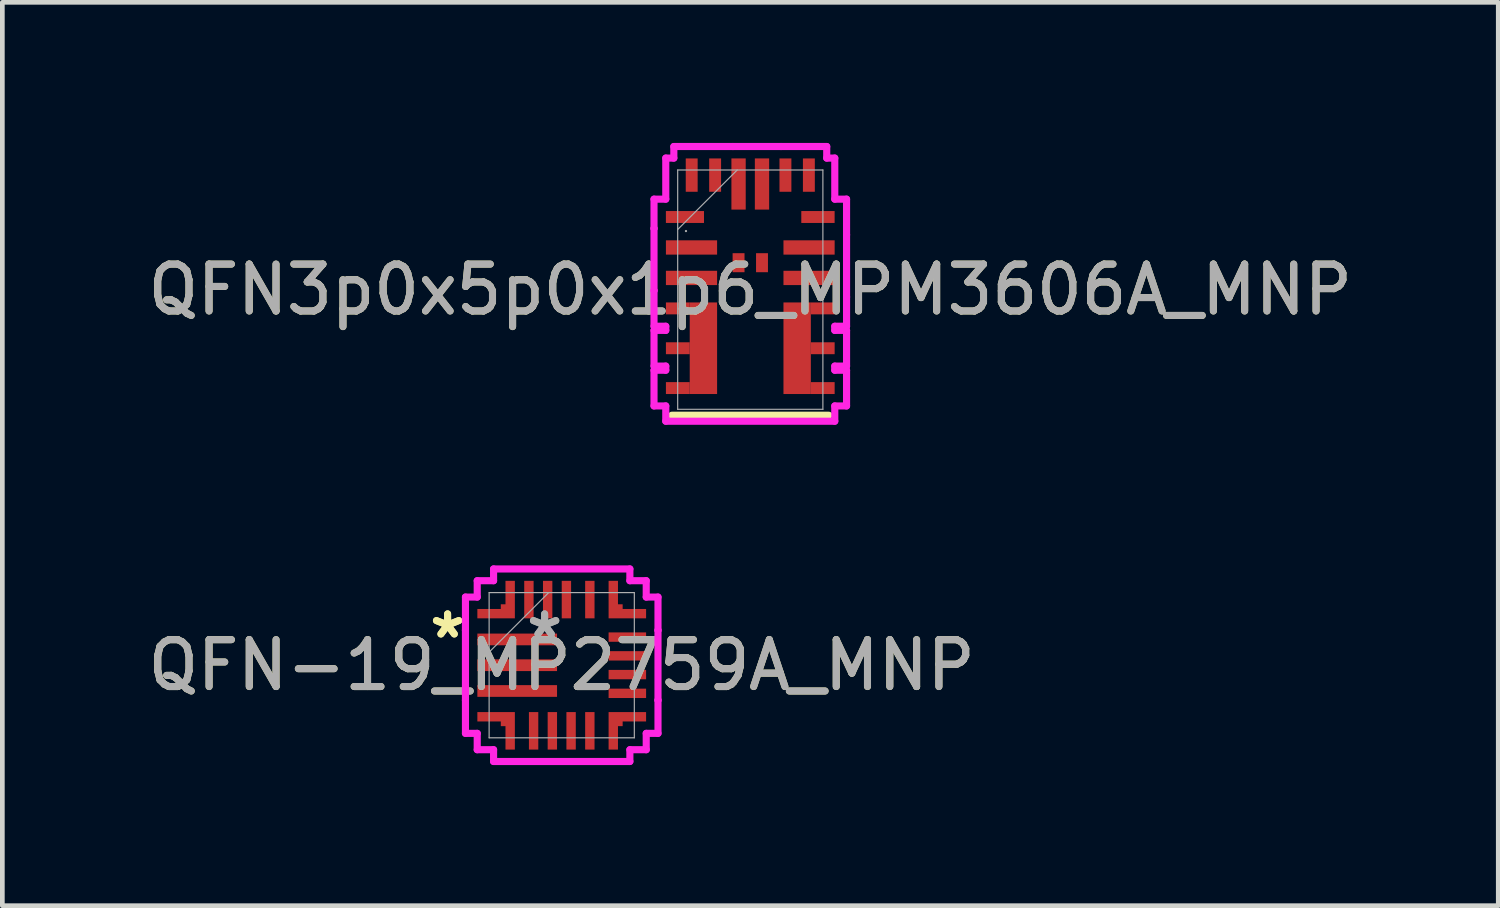
<source format=kicad_pcb>
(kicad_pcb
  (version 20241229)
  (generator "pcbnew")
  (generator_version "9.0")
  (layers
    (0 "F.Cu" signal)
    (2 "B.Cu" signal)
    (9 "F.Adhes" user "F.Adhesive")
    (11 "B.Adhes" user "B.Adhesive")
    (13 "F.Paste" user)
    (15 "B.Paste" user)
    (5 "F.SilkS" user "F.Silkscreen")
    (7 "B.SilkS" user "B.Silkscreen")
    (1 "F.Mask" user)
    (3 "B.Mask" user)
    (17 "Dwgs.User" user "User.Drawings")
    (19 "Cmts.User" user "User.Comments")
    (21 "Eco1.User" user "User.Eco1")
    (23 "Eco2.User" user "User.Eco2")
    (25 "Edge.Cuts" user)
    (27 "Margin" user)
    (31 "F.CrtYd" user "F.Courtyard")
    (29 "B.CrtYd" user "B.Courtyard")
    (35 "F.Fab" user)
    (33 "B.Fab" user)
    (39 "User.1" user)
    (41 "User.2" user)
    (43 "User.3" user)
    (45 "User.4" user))
  (footprint "QFN-19_MP2759A_MNP"
    (layer "F.Cu")
    (at 8.935 11.143)
    (property "Reference" "QFN-19_MP2759A_MNP" (at 0 0 0) (unlocked yes) (layer "F.SilkS") (effects (font (size 1 1) (thickness 0.15))))
    (attr smd)
    (fp_poly (pts (xy -1.8 -1) (xy -1.8 -1.2) (xy -1.3 -1.2) (xy -1.3 -1.3) (xy -1.2 -1.3) (xy -1.2 -1.8) (xy -1 -1.8) (xy -1 -1)) (stroke (width 0) (type solid)) (fill yes) (layer "F.Cu"))
    (fp_poly (pts (xy -1.8 1) (xy -1.8 1.2) (xy -1.3 1.2) (xy -1.3 1.3) (xy -1.2 1.3) (xy -1.2 1.8) (xy -1 1.8) (xy -1 1)) (stroke (width 0) (type solid)) (fill yes) (layer "F.Cu"))
    (fp_poly (pts (xy 1.8 -1) (xy 1.8 -1.2) (xy 1.3 -1.2) (xy 1.3 -1.3) (xy 1.2 -1.3) (xy 1.2 -1.8) (xy 1 -1.8) (xy 1 -1)) (stroke (width 0) (type solid)) (fill yes) (layer "F.Cu"))
    (fp_poly (pts (xy 1.8 1) (xy 1.8 1.2) (xy 1.3 1.2) (xy 1.3 1.3) (xy 1.2 1.3) (xy 1.2 1.8) (xy 1 1.8) (xy 1 1)) (stroke (width 0) (type solid)) (fill yes) (layer "F.Cu"))
    (fp_poly (pts (xy -1.8 -1) (xy -1.8 -1.2) (xy -1.3 -1.2) (xy -1.3 -1.3) (xy -1.2 -1.3) (xy -1.2 -1.8) (xy -1 -1.8) (xy -1 -1)) (stroke (width 0) (type solid)) (fill yes) (layer "F.Mask"))
    (fp_poly (pts (xy -1.8 1) (xy -1.8 1.2) (xy -1.3 1.2) (xy -1.3 1.3) (xy -1.2 1.3) (xy -1.2 1.8) (xy -1 1.8) (xy -1 1)) (stroke (width 0) (type solid)) (fill yes) (layer "F.Mask"))
    (fp_poly (pts (xy 1.8 -1) (xy 1.8 -1.2) (xy 1.3 -1.2) (xy 1.3 -1.3) (xy 1.2 -1.3) (xy 1.2 -1.8) (xy 1 -1.8) (xy 1 -1)) (stroke (width 0) (type solid)) (fill yes) (layer "F.Mask"))
    (fp_poly (pts (xy 1.8 1) (xy 1.8 1.2) (xy 1.3 1.2) (xy 1.3 1.3) (xy 1.2 1.3) (xy 1.2 1.8) (xy 1 1.8) (xy 1 1)) (stroke (width 0) (type solid)) (fill yes) (layer "F.Mask"))
    (fp_poly (pts (xy -1.8 -1) (xy -1.8 -1.2) (xy -1.3 -1.2) (xy -1.3 -1.3) (xy -1.2 -1.3) (xy -1.2 -1.8) (xy -1 -1.8) (xy -1 -1)) (stroke (width 0) (type solid)) (fill yes) (layer "F.Paste"))
    (fp_poly (pts (xy -1.8 1) (xy -1.8 1.2) (xy -1.3 1.2) (xy -1.3 1.3) (xy -1.2 1.3) (xy -1.2 1.8) (xy -1 1.8) (xy -1 1)) (stroke (width 0) (type solid)) (fill yes) (layer "F.Paste"))
    (fp_poly (pts (xy 1.8 -1) (xy 1.8 -1.2) (xy 1.3 -1.2) (xy 1.3 -1.3) (xy 1.2 -1.3) (xy 1.2 -1.8) (xy 1 -1.8) (xy 1 -1)) (stroke (width 0) (type solid)) (fill yes) (layer "F.Paste"))
    (fp_poly (pts (xy 1.8 1) (xy 1.8 1.2) (xy 1.3 1.2) (xy 1.3 1.3) (xy 1.2 1.3) (xy 1.2 1.8) (xy 1 1.8) (xy 1 1)) (stroke (width 0) (type solid)) (fill yes) (layer "F.Paste"))
    (fp_line (start -2.054 -1.454) (end -2.054 -0.746) (stroke (width 0.152) (type solid)) (layer "F.CrtYd"))
    (fp_line (start -2.054 -0.746) (end -2.054 -0.746) (stroke (width 0.152) (type solid)) (layer "F.CrtYd"))
    (fp_line (start -2.054 -0.746) (end -2.054 0.746) (stroke (width 0.152) (type solid)) (layer "F.CrtYd"))
    (fp_line (start -2.054 0.746) (end -2.054 0.746) (stroke (width 0.152) (type solid)) (layer "F.CrtYd"))
    (fp_line (start -2.054 0.746) (end -2.054 1.454) (stroke (width 0.152) (type solid)) (layer "F.CrtYd"))
    (fp_line (start -2.054 1.454) (end -1.803 1.454) (stroke (width 0.152) (type solid)) (layer "F.CrtYd"))
    (fp_line (start -1.803 -1.803) (end -1.803 -1.454) (stroke (width 0.152) (type solid)) (layer "F.CrtYd"))
    (fp_line (start -1.803 -1.454) (end -2.054 -1.454) (stroke (width 0.152) (type solid)) (layer "F.CrtYd"))
    (fp_line (start -1.803 1.454) (end -1.803 1.803) (stroke (width 0.152) (type solid)) (layer "F.CrtYd"))
    (fp_line (start -1.803 1.803) (end -1.454 1.803) (stroke (width 0.152) (type solid)) (layer "F.CrtYd"))
    (fp_line (start -1.454 -2.054) (end -1.454 -1.803) (stroke (width 0.152) (type solid)) (layer "F.CrtYd"))
    (fp_line (start -1.454 2.054) (end 1.454 2.054) (stroke (width 0.152) (type solid)) (layer "F.CrtYd"))
    (fp_line (start -1.454 -1.803) (end -1.803 -1.803) (stroke (width 0.152) (type solid)) (layer "F.CrtYd"))
    (fp_line (start -1.454 1.803) (end -1.454 2.054) (stroke (width 0.152) (type solid)) (layer "F.CrtYd"))
    (fp_line (start 1.454 -2.054) (end -1.454 -2.054) (stroke (width 0.152) (type solid)) (layer "F.CrtYd"))
    (fp_line (start 1.454 -1.803) (end 1.454 -2.054) (stroke (width 0.152) (type solid)) (layer "F.CrtYd"))
    (fp_line (start 1.454 1.803) (end 1.803 1.803) (stroke (width 0.152) (type solid)) (layer "F.CrtYd"))
    (fp_line (start 1.454 2.054) (end 1.454 1.803) (stroke (width 0.152) (type solid)) (layer "F.CrtYd"))
    (fp_line (start 1.803 -1.803) (end 1.454 -1.803) (stroke (width 0.152) (type solid)) (layer "F.CrtYd"))
    (fp_line (start 1.803 -1.454) (end 1.803 -1.803) (stroke (width 0.152) (type solid)) (layer "F.CrtYd"))
    (fp_line (start 1.803 1.454) (end 2.054 1.454) (stroke (width 0.152) (type solid)) (layer "F.CrtYd"))
    (fp_line (start 1.803 1.803) (end 1.803 1.454) (stroke (width 0.152) (type solid)) (layer "F.CrtYd"))
    (fp_line (start 2.054 -1.454) (end 1.803 -1.454) (stroke (width 0.152) (type solid)) (layer "F.CrtYd"))
    (fp_line (start 2.054 -0.746) (end 2.054 -1.454) (stroke (width 0.152) (type solid)) (layer "F.CrtYd"))
    (fp_line (start 2.054 -0.746) (end 2.054 -0.746) (stroke (width 0.152) (type solid)) (layer "F.CrtYd"))
    (fp_line (start 2.054 0.746) (end 2.054 -0.746) (stroke (width 0.152) (type solid)) (layer "F.CrtYd"))
    (fp_line (start 2.054 0.746) (end 2.054 0.746) (stroke (width 0.152) (type solid)) (layer "F.CrtYd"))
    (fp_line (start 2.054 1.454) (end 2.054 0.746) (stroke (width 0.152) (type solid)) (layer "F.CrtYd"))
    (fp_line (start -1.549 -1.549) (end -1.549 1.549) (stroke (width 0.025) (type solid)) (layer "F.Fab"))
    (fp_line (start -1.549 -0.279) (end -0.279 -1.549) (stroke (width 0.025) (type solid)) (layer "F.Fab"))
    (fp_line (start -1.549 1.549) (end 1.549 1.549) (stroke (width 0.025) (type solid)) (layer "F.Fab"))
    (fp_line (start 1.549 -1.549) (end -1.549 -1.549) (stroke (width 0.025) (type solid)) (layer "F.Fab"))
    (fp_line (start 1.549 1.549) (end 1.549 -1.549) (stroke (width 0.025) (type solid)) (layer "F.Fab"))
    (fp_text user "*" (at -2.435 -0.55 0) (layer "F.SilkS") (effects (font (size 1 1) (thickness 0.15))))
    (fp_text user "*" (at -2.435 -0.55 0) (unlocked yes) (layer "F.SilkS") (effects (font (size 1 1) (thickness 0.15))))
    (fp_text user "*" (at -0.365 -0.55 0) (unlocked yes) (layer "F.Fab") (effects (font (size 1 1) (thickness 0.15))))
    (fp_text user "${REFERENCE}" (at 0 0 0) (unlocked yes) (layer "F.Fab") (effects (font (size 1 1) (thickness 0.15))))
    (fp_text user "*" (at -0.365 -0.55 0) (layer "F.Fab") (effects (font (size 1 1) (thickness 0.15))))
    (pad "1" smd rect (at -0.95 -0.55) (size 1.7 0.25) (layers "F.Cu" "F.Mask" "F.Paste"))
    (pad "2" smd rect (at -0.95 0) (size 1.7 0.25) (layers "F.Cu" "F.Mask" "F.Paste"))
    (pad "3" smd rect (at -0.95 0.55) (size 1.7 0.25) (layers "F.Cu" "F.Mask" "F.Paste"))
    (pad "4" smd rect (at -1.1 1.4 90) (size 0.127 0.127) (layers "F.Cu" "F.Mask" "F.Paste"))
    (pad "5" smd rect (at -0.6 1.4 90) (size 0.8 0.2) (layers "F.Cu" "F.Mask" "F.Paste"))
    (pad "6" smd rect (at -0.2 1.4 90) (size 0.8 0.2) (layers "F.Cu" "F.Mask" "F.Paste"))
    (pad "7" smd rect (at 0.2 1.4 90) (size 0.8 0.2) (layers "F.Cu" "F.Mask" "F.Paste"))
    (pad "8" smd rect (at 0.6 1.4 90) (size 0.8 0.2) (layers "F.Cu" "F.Mask" "F.Paste"))
    (pad "9" smd rect (at 1.1 1.4 90) (size 0.127 0.127) (layers "F.Cu" "F.Mask" "F.Paste"))
    (pad "10" smd rect (at 1.4 0.6) (size 0.8 0.2) (layers "F.Cu" "F.Mask" "F.Paste"))
    (pad "11" smd rect (at 1.4 0.2) (size 0.8 0.2) (layers "F.Cu" "F.Mask" "F.Paste"))
    (pad "12" smd rect (at 1.4 -0.2) (size 0.8 0.2) (layers "F.Cu" "F.Mask" "F.Paste"))
    (pad "13" smd rect (at 1.4 -0.6) (size 0.8 0.2) (layers "F.Cu" "F.Mask" "F.Paste"))
    (pad "14" smd rect (at 1.1 -1.4 90) (size 0.127 0.127) (layers "F.Cu" "F.Mask" "F.Paste"))
    (pad "15" smd rect (at 0.6 -1.4 90) (size 0.8 0.2) (layers "F.Cu" "F.Mask" "F.Paste"))
    (pad "16" smd rect (at 0.1 -1.4 90) (size 0.8 0.2) (layers "F.Cu" "F.Mask" "F.Paste"))
    (pad "17" smd rect (at -0.3 -1.4 90) (size 0.8 0.2) (layers "F.Cu" "F.Mask" "F.Paste"))
    (pad "18" smd rect (at -0.7 -1.4 90) (size 0.8 0.2) (layers "F.Cu" "F.Mask" "F.Paste"))
    (pad "19" smd rect (at -1.1 -1.4 90) (size 0.127 0.127) (layers "F.Cu" "F.Mask" "F.Paste")))
  (footprint "QFN3p0x5p0x1p6_MPM3606A_MNP"
    (layer "F.Cu")
    (at 12.958 3.13)
    (property "Reference" "QFN3p0x5p0x1p6_MPM3606A_MNP" (at 0 0 0) (unlocked yes) (layer "F.SilkS") (effects (font (size 1 1) (thickness 0.15))))
    (attr smd)
    (fp_poly (pts (xy -1.292 0.273) (xy -0.708 0.273) (xy -0.708 2.227) (xy -1.292 2.227)) (stroke (width 0) (type solid)) (fill yes) (layer "F.Cu"))
    (fp_poly (pts (xy 1.292 2.227) (xy 0.708 2.227) (xy 0.708 0.273) (xy 1.292 0.273)) (stroke (width 0) (type solid)) (fill yes) (layer "F.Cu"))
    (fp_poly (pts (xy -1.292 0.273) (xy -0.708 0.273) (xy -0.708 2.227) (xy -1.292 2.227)) (stroke (width 0) (type solid)) (fill yes) (layer "F.Mask"))
    (fp_poly (pts (xy 1.292 2.227) (xy 0.708 2.227) (xy 0.708 0.273) (xy 1.292 0.273)) (stroke (width 0) (type solid)) (fill yes) (layer "F.Mask"))
    (fp_line (start 1.676 2.68) (end -1.676 2.68) (stroke (width 0.152) (type solid)) (layer "F.SilkS"))
    (fp_poly (pts (xy -1.292 0.273) (xy -0.708 0.273) (xy -0.708 2.227) (xy -1.292 2.227)) (stroke (width 0) (type solid)) (fill yes) (layer "F.Paste"))
    (fp_poly (pts (xy 1.292 2.227) (xy 0.708 2.227) (xy 0.708 0.273) (xy 1.292 0.273)) (stroke (width 0) (type solid)) (fill yes) (layer "F.Paste"))
    (fp_line (start -2.054 -1.931) (end -2.054 -1.306) (stroke (width 0.152) (type solid)) (layer "F.CrtYd"))
    (fp_line (start -2.054 -1.306) (end -2.054 -1.306) (stroke (width 0.152) (type solid)) (layer "F.CrtYd"))
    (fp_line (start -2.054 -1.306) (end -2.054 0.019) (stroke (width 0.152) (type solid)) (layer "F.CrtYd"))
    (fp_line (start -2.054 0.019) (end -2.054 0.019) (stroke (width 0.152) (type solid)) (layer "F.CrtYd"))
    (fp_line (start -2.054 0.019) (end -2.054 0.781) (stroke (width 0.152) (type solid)) (layer "F.CrtYd"))
    (fp_line (start -2.054 0.781) (end -1.803 0.781) (stroke (width 0.152) (type solid)) (layer "F.CrtYd"))
    (fp_line (start -2.054 0.869) (end -2.054 1.631) (stroke (width 0.152) (type solid)) (layer "F.CrtYd"))
    (fp_line (start -2.054 1.631) (end -1.803 1.631) (stroke (width 0.152) (type solid)) (layer "F.CrtYd"))
    (fp_line (start -2.054 1.719) (end -2.054 2.481) (stroke (width 0.152) (type solid)) (layer "F.CrtYd"))
    (fp_line (start -2.054 2.481) (end -1.803 2.481) (stroke (width 0.152) (type solid)) (layer "F.CrtYd"))
    (fp_line (start -1.803 -2.807) (end -1.803 -1.931) (stroke (width 0.152) (type solid)) (layer "F.CrtYd"))
    (fp_line (start -1.803 -1.931) (end -2.054 -1.931) (stroke (width 0.152) (type solid)) (layer "F.CrtYd"))
    (fp_line (start -1.803 0.781) (end -1.803 0.869) (stroke (width 0.152) (type solid)) (layer "F.CrtYd"))
    (fp_line (start -1.803 0.869) (end -2.054 0.869) (stroke (width 0.152) (type solid)) (layer "F.CrtYd"))
    (fp_line (start -1.803 1.631) (end -1.803 1.719) (stroke (width 0.152) (type solid)) (layer "F.CrtYd"))
    (fp_line (start -1.803 1.719) (end -2.054 1.719) (stroke (width 0.152) (type solid)) (layer "F.CrtYd"))
    (fp_line (start -1.803 2.481) (end -1.803 2.807) (stroke (width 0.152) (type solid)) (layer "F.CrtYd"))
    (fp_line (start -1.803 2.807) (end 1.803 2.807) (stroke (width 0.152) (type solid)) (layer "F.CrtYd"))
    (fp_line (start -1.631 -3.054) (end -1.631 -2.807) (stroke (width 0.152) (type solid)) (layer "F.CrtYd"))
    (fp_line (start -1.631 -2.807) (end -1.803 -2.807) (stroke (width 0.152) (type solid)) (layer "F.CrtYd"))
    (fp_line (start -0.369 -3.054) (end -0.369 -3.054) (stroke (width 0.152) (type solid)) (layer "F.CrtYd"))
    (fp_line (start -0.369 -3.054) (end -1.631 -3.054) (stroke (width 0.152) (type solid)) (layer "F.CrtYd"))
    (fp_line (start 0.656 -3.054) (end -0.369 -3.054) (stroke (width 0.152) (type solid)) (layer "F.CrtYd"))
    (fp_line (start 0.656 -3.054) (end 0.656 -3.054) (stroke (width 0.152) (type solid)) (layer "F.CrtYd"))
    (fp_line (start 1.631 -3.054) (end 0.656 -3.054) (stroke (width 0.152) (type solid)) (layer "F.CrtYd"))
    (fp_line (start 1.631 -2.807) (end 1.631 -3.054) (stroke (width 0.152) (type solid)) (layer "F.CrtYd"))
    (fp_line (start 1.803 -2.807) (end 1.631 -2.807) (stroke (width 0.152) (type solid)) (layer "F.CrtYd"))
    (fp_line (start 1.803 -1.931) (end 1.803 -2.807) (stroke (width 0.152) (type solid)) (layer "F.CrtYd"))
    (fp_line (start 1.803 0.781) (end 2.054 0.781) (stroke (width 0.152) (type solid)) (layer "F.CrtYd"))
    (fp_line (start 1.803 0.869) (end 1.803 0.781) (stroke (width 0.152) (type solid)) (layer "F.CrtYd"))
    (fp_line (start 1.803 1.631) (end 2.054 1.631) (stroke (width 0.152) (type solid)) (layer "F.CrtYd"))
    (fp_line (start 1.803 1.719) (end 1.803 1.631) (stroke (width 0.152) (type solid)) (layer "F.CrtYd"))
    (fp_line (start 1.803 2.481) (end 2.054 2.481) (stroke (width 0.152) (type solid)) (layer "F.CrtYd"))
    (fp_line (start 1.803 2.807) (end 1.803 2.481) (stroke (width 0.152) (type solid)) (layer "F.CrtYd"))
    (fp_line (start 2.054 -1.931) (end 1.803 -1.931) (stroke (width 0.152) (type solid)) (layer "F.CrtYd"))
    (fp_line (start 2.054 -1.169) (end 2.054 -1.931) (stroke (width 0.152) (type solid)) (layer "F.CrtYd"))
    (fp_line (start 2.054 0.156) (end 2.054 0.156) (stroke (width 0.152) (type solid)) (layer "F.CrtYd"))
    (fp_line (start 2.054 0.781) (end 2.054 0.156) (stroke (width 0.152) (type solid)) (layer "F.CrtYd"))
    (fp_line (start 2.054 0.869) (end 1.803 0.869) (stroke (width 0.152) (type solid)) (layer "F.CrtYd"))
    (fp_line (start 2.054 1.631) (end 2.054 0.869) (stroke (width 0.152) (type solid)) (layer "F.CrtYd"))
    (fp_line (start 2.054 1.719) (end 1.803 1.719) (stroke (width 0.152) (type solid)) (layer "F.CrtYd"))
    (fp_line (start 2.054 2.481) (end 2.054 1.719) (stroke (width 0.152) (type solid)) (layer "F.CrtYd"))
    (fp_line (start 2.054 -1.169) (end 2.054 -1.169) (stroke (width 0.152) (type solid)) (layer "F.CrtYd"))
    (fp_line (start 2.054 0.156) (end 2.054 -1.169) (stroke (width 0.152) (type solid)) (layer "F.CrtYd"))
    (fp_line (start -1.549 -2.553) (end -1.549 2.553) (stroke (width 0.025) (type solid)) (layer "F.Fab"))
    (fp_line (start -1.549 -1.283) (end -0.279 -2.553) (stroke (width 0.025) (type solid)) (layer "F.Fab"))
    (fp_line (start -1.549 2.553) (end 1.549 2.553) (stroke (width 0.025) (type solid)) (layer "F.Fab"))
    (fp_line (start 1.549 -2.553) (end -1.549 -2.553) (stroke (width 0.025) (type solid)) (layer "F.Fab"))
    (fp_line (start 1.549 2.553) (end 1.549 -2.553) (stroke (width 0.025) (type solid)) (layer "F.Fab"))
    (fp_circle (center -1.372 -1.25) (end -1.372 -1.25) (stroke (width 0.025) (type solid)) (fill no) (layer "F.Fab"))
    (fp_text user "${REFERENCE}" (at 0 0 0) (unlocked yes) (layer "F.Fab") (effects (font (size 1 1) (thickness 0.15))))
    (pad "1" smd rect (at -1.394 -1.55) (size 0.813 0.254) (layers "F.Cu" "F.Mask" "F.Paste"))
    (pad "2" smd rect (at -1.254 -0.9) (size 1.092 0.305) (layers "F.Cu" "F.Mask" "F.Paste"))
    (pad "3" smd rect (at -1.254 -0.25) (size 1.092 0.305) (layers "F.Cu" "F.Mask" "F.Paste"))
    (pad "4" smd rect (at -1.546 0.4) (size 0.508 0.254) (layers "F.Cu" "F.Mask" "F.Paste"))
    (pad "5" smd rect (at -1.546 1.25) (size 0.508 0.254) (layers "F.Cu" "F.Mask" "F.Paste"))
    (pad "6" smd rect (at -1.546 2.1) (size 0.508 0.254) (layers "F.Cu" "F.Mask" "F.Paste"))
    (pad "7" smd rect (at 1.546 2.1) (size 0.508 0.254) (layers "F.Cu" "F.Mask" "F.Paste"))
    (pad "8" smd rect (at 1.546 1.25) (size 0.508 0.254) (layers "F.Cu" "F.Mask" "F.Paste"))
    (pad "9" smd rect (at 1.546 0.4) (size 0.508 0.254) (layers "F.Cu" "F.Mask" "F.Paste"))
    (pad "10" smd rect (at 1.254 -0.25) (size 1.092 0.305) (layers "F.Cu" "F.Mask" "F.Paste"))
    (pad "11" smd rect (at 1.254 -0.9) (size 1.092 0.305) (layers "F.Cu" "F.Mask" "F.Paste"))
    (pad "12" smd rect (at 1.444 -1.55) (size 0.711 0.254) (layers "F.Cu" "F.Mask" "F.Paste"))
    (pad "13" smd rect (at 1.25 -2.444 90) (size 0.711 0.254) (layers "F.Cu" "F.Mask" "F.Paste"))
    (pad "14" smd rect (at 0.75 -2.444 90) (size 0.711 0.254) (layers "F.Cu" "F.Mask" "F.Paste"))
    (pad "15" smd rect (at 0.25 -2.254 90) (size 1.092 0.305) (layers "F.Cu" "F.Mask" "F.Paste"))
    (pad "16" smd rect (at -0.25 -2.254 90) (size 1.092 0.305) (layers "F.Cu" "F.Mask" "F.Paste"))
    (pad "17" smd rect (at -0.75 -2.444 90) (size 0.711 0.254) (layers "F.Cu" "F.Mask" "F.Paste"))
    (pad "18" smd rect (at -1.25 -2.444 90) (size 0.711 0.254) (layers "F.Cu" "F.Mask" "F.Paste"))
    (pad "19" smd rect (at -0.25 -0.575) (size 0.254 0.406) (layers "F.Cu" "F.Mask" "F.Paste"))
    (pad "20" smd rect (at 0.25 -0.575) (size 0.254 0.406) (layers "F.Cu" "F.Mask" "F.Paste"))
    (zone (net_name "") (layer "F.Cu") (hatch full 0.508) (connect_pads) (min_thickness 0.254) (filled_areas_thickness no) (keepout (tracks not_allowed) (vias not_allowed) (pads allowed) (copperpour not_allowed) (footprints allowed)) (placement (enabled no)) (fill) (polygon (pts (xy 13.533 2.16) (xy 12.383 2.16) (xy 12.383 2.95) (xy 13.533 2.95)))))
  (gr_rect
    (start -3 -3)
    (end 28.917 16.274)
    (stroke (width 0.1) (type default))
    (fill no)
    (layer "Edge.Cuts")))
</source>
